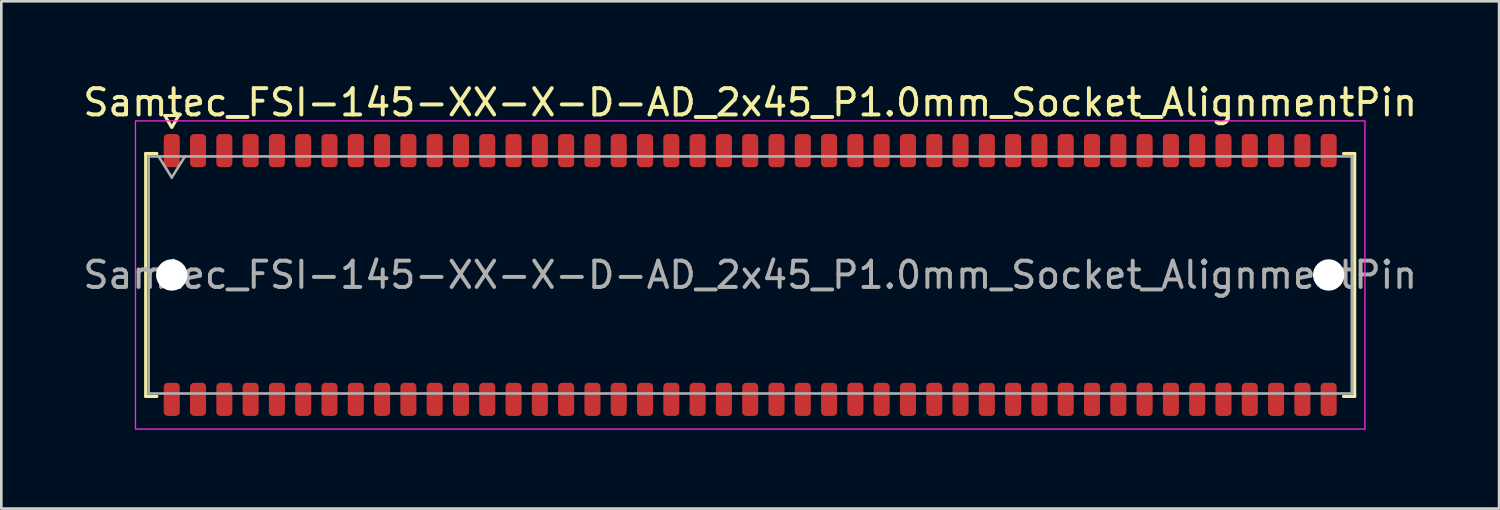
<source format=kicad_pcb>
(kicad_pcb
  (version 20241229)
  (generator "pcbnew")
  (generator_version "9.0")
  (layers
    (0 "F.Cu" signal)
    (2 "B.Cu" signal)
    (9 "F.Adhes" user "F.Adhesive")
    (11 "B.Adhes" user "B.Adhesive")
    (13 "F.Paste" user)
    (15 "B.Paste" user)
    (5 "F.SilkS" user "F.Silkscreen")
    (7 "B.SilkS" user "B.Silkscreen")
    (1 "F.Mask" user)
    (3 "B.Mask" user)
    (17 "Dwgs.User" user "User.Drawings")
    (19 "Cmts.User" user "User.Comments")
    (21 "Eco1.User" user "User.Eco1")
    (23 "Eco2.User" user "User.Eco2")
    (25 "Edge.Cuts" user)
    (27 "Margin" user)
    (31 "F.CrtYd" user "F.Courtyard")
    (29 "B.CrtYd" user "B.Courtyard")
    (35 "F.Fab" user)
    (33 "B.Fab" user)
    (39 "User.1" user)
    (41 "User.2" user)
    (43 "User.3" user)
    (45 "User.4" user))
  (footprint "Samtec_FSI-145-XX-X-D-AD_2x45_P1.0mm_Socket_AlignmentPin"
    (layer "F.Cu")
    (at 25.482 7.408)
    (property "Reference" "Samtec_FSI-145-XX-X-D-AD_2x45_P1.0mm_Socket_AlignmentPin" (at 0 -6.56 0) (layer "F.SilkS") (effects (font (size 1 1) (thickness 0.15))))
    (attr smd)
    (fp_line (start -22.99 -4.619) (end -22.565 -4.619) (stroke (width 0.12) (type solid)) (layer "F.SilkS"))
    (fp_line (start -22.99 4.619) (end -22.99 -4.619) (stroke (width 0.12) (type solid)) (layer "F.SilkS"))
    (fp_line (start -22.565 4.619) (end -22.99 4.619) (stroke (width 0.12) (type solid)) (layer "F.SilkS"))
    (fp_line (start -22.264 -6.066) (end -22.007 -5.62) (stroke (width 0.12) (type solid)) (layer "F.SilkS"))
    (fp_line (start -21.993 -5.62) (end -21.736 -6.066) (stroke (width 0.12) (type solid)) (layer "F.SilkS"))
    (fp_line (start -21.736 -6.066) (end -22.264 -6.066) (stroke (width 0.12) (type solid)) (layer "F.SilkS"))
    (fp_line (start 22.565 -4.619) (end 22.99 -4.619) (stroke (width 0.12) (type solid)) (layer "F.SilkS"))
    (fp_line (start 22.99 -4.619) (end 22.99 4.619) (stroke (width 0.12) (type solid)) (layer "F.SilkS"))
    (fp_line (start 22.99 4.619) (end 22.565 4.619) (stroke (width 0.12) (type solid)) (layer "F.SilkS"))
    (fp_rect (start -23.38 -5.86) (end 23.38 5.86) (stroke (width 0.05) (type solid)) (fill no) (layer "F.CrtYd"))
    (fp_line (start -22.88 -4.508) (end 22.88 -4.508) (stroke (width 0.1) (type solid)) (layer "F.Fab"))
    (fp_line (start -22.88 4.508) (end -22.88 -4.508) (stroke (width 0.1) (type solid)) (layer "F.Fab"))
    (fp_line (start -22.5 -4.508) (end -22 -3.708) (stroke (width 0.1) (type solid)) (layer "F.Fab"))
    (fp_line (start -22 -3.708) (end -21.5 -4.508) (stroke (width 0.1) (type solid)) (layer "F.Fab"))
    (fp_line (start 22.88 -4.508) (end 22.88 4.508) (stroke (width 0.1) (type solid)) (layer "F.Fab"))
    (fp_line (start 22.88 4.508) (end -22.88 4.508) (stroke (width 0.1) (type solid)) (layer "F.Fab"))
    (fp_text user "${REFERENCE}" (at 0 0 0) (layer "F.Fab") (effects (font (size 1 1) (thickness 0.15))))
    (pad "" np_thru_hole circle (at -22 0) (size 1.19 1.19) (drill 1.19) (layers "*.Cu" "*.Mask"))
    (pad "" np_thru_hole circle (at 22 0) (size 1.19 1.19) (drill 1.19) (layers "*.Cu" "*.Mask"))
    (pad "1" smd roundrect (at -22 -4.73) (size 0.61 1.26) (layers "F.Cu" "F.Mask" "F.Paste") (roundrect_rratio 0.25))
    (pad "2" smd roundrect (at -22 4.73) (size 0.61 1.26) (layers "F.Cu" "F.Mask" "F.Paste") (roundrect_rratio 0.25))
    (pad "3" smd roundrect (at -21 -4.73) (size 0.61 1.26) (layers "F.Cu" "F.Mask" "F.Paste") (roundrect_rratio 0.25))
    (pad "4" smd roundrect (at -21 4.73) (size 0.61 1.26) (layers "F.Cu" "F.Mask" "F.Paste") (roundrect_rratio 0.25))
    (pad "5" smd roundrect (at -20 -4.73) (size 0.61 1.26) (layers "F.Cu" "F.Mask" "F.Paste") (roundrect_rratio 0.25))
    (pad "6" smd roundrect (at -20 4.73) (size 0.61 1.26) (layers "F.Cu" "F.Mask" "F.Paste") (roundrect_rratio 0.25))
    (pad "7" smd roundrect (at -19 -4.73) (size 0.61 1.26) (layers "F.Cu" "F.Mask" "F.Paste") (roundrect_rratio 0.25))
    (pad "8" smd roundrect (at -19 4.73) (size 0.61 1.26) (layers "F.Cu" "F.Mask" "F.Paste") (roundrect_rratio 0.25))
    (pad "9" smd roundrect (at -18 -4.73) (size 0.61 1.26) (layers "F.Cu" "F.Mask" "F.Paste") (roundrect_rratio 0.25))
    (pad "10" smd roundrect (at -18 4.73) (size 0.61 1.26) (layers "F.Cu" "F.Mask" "F.Paste") (roundrect_rratio 0.25))
    (pad "11" smd roundrect (at -17 -4.73) (size 0.61 1.26) (layers "F.Cu" "F.Mask" "F.Paste") (roundrect_rratio 0.25))
    (pad "12" smd roundrect (at -17 4.73) (size 0.61 1.26) (layers "F.Cu" "F.Mask" "F.Paste") (roundrect_rratio 0.25))
    (pad "13" smd roundrect (at -16 -4.73) (size 0.61 1.26) (layers "F.Cu" "F.Mask" "F.Paste") (roundrect_rratio 0.25))
    (pad "14" smd roundrect (at -16 4.73) (size 0.61 1.26) (layers "F.Cu" "F.Mask" "F.Paste") (roundrect_rratio 0.25))
    (pad "15" smd roundrect (at -15 -4.73) (size 0.61 1.26) (layers "F.Cu" "F.Mask" "F.Paste") (roundrect_rratio 0.25))
    (pad "16" smd roundrect (at -15 4.73) (size 0.61 1.26) (layers "F.Cu" "F.Mask" "F.Paste") (roundrect_rratio 0.25))
    (pad "17" smd roundrect (at -14 -4.73) (size 0.61 1.26) (layers "F.Cu" "F.Mask" "F.Paste") (roundrect_rratio 0.25))
    (pad "18" smd roundrect (at -14 4.73) (size 0.61 1.26) (layers "F.Cu" "F.Mask" "F.Paste") (roundrect_rratio 0.25))
    (pad "19" smd roundrect (at -13 -4.73) (size 0.61 1.26) (layers "F.Cu" "F.Mask" "F.Paste") (roundrect_rratio 0.25))
    (pad "20" smd roundrect (at -13 4.73) (size 0.61 1.26) (layers "F.Cu" "F.Mask" "F.Paste") (roundrect_rratio 0.25))
    (pad "21" smd roundrect (at -12 -4.73) (size 0.61 1.26) (layers "F.Cu" "F.Mask" "F.Paste") (roundrect_rratio 0.25))
    (pad "22" smd roundrect (at -12 4.73) (size 0.61 1.26) (layers "F.Cu" "F.Mask" "F.Paste") (roundrect_rratio 0.25))
    (pad "23" smd roundrect (at -11 -4.73) (size 0.61 1.26) (layers "F.Cu" "F.Mask" "F.Paste") (roundrect_rratio 0.25))
    (pad "24" smd roundrect (at -11 4.73) (size 0.61 1.26) (layers "F.Cu" "F.Mask" "F.Paste") (roundrect_rratio 0.25))
    (pad "25" smd roundrect (at -10 -4.73) (size 0.61 1.26) (layers "F.Cu" "F.Mask" "F.Paste") (roundrect_rratio 0.25))
    (pad "26" smd roundrect (at -10 4.73) (size 0.61 1.26) (layers "F.Cu" "F.Mask" "F.Paste") (roundrect_rratio 0.25))
    (pad "27" smd roundrect (at -9 -4.73) (size 0.61 1.26) (layers "F.Cu" "F.Mask" "F.Paste") (roundrect_rratio 0.25))
    (pad "28" smd roundrect (at -9 4.73) (size 0.61 1.26) (layers "F.Cu" "F.Mask" "F.Paste") (roundrect_rratio 0.25))
    (pad "29" smd roundrect (at -8 -4.73) (size 0.61 1.26) (layers "F.Cu" "F.Mask" "F.Paste") (roundrect_rratio 0.25))
    (pad "30" smd roundrect (at -8 4.73) (size 0.61 1.26) (layers "F.Cu" "F.Mask" "F.Paste") (roundrect_rratio 0.25))
    (pad "31" smd roundrect (at -7 -4.73) (size 0.61 1.26) (layers "F.Cu" "F.Mask" "F.Paste") (roundrect_rratio 0.25))
    (pad "32" smd roundrect (at -7 4.73) (size 0.61 1.26) (layers "F.Cu" "F.Mask" "F.Paste") (roundrect_rratio 0.25))
    (pad "33" smd roundrect (at -6 -4.73) (size 0.61 1.26) (layers "F.Cu" "F.Mask" "F.Paste") (roundrect_rratio 0.25))
    (pad "34" smd roundrect (at -6 4.73) (size 0.61 1.26) (layers "F.Cu" "F.Mask" "F.Paste") (roundrect_rratio 0.25))
    (pad "35" smd roundrect (at -5 -4.73) (size 0.61 1.26) (layers "F.Cu" "F.Mask" "F.Paste") (roundrect_rratio 0.25))
    (pad "36" smd roundrect (at -5 4.73) (size 0.61 1.26) (layers "F.Cu" "F.Mask" "F.Paste") (roundrect_rratio 0.25))
    (pad "37" smd roundrect (at -4 -4.73) (size 0.61 1.26) (layers "F.Cu" "F.Mask" "F.Paste") (roundrect_rratio 0.25))
    (pad "38" smd roundrect (at -4 4.73) (size 0.61 1.26) (layers "F.Cu" "F.Mask" "F.Paste") (roundrect_rratio 0.25))
    (pad "39" smd roundrect (at -3 -4.73) (size 0.61 1.26) (layers "F.Cu" "F.Mask" "F.Paste") (roundrect_rratio 0.25))
    (pad "40" smd roundrect (at -3 4.73) (size 0.61 1.26) (layers "F.Cu" "F.Mask" "F.Paste") (roundrect_rratio 0.25))
    (pad "41" smd roundrect (at -2 -4.73) (size 0.61 1.26) (layers "F.Cu" "F.Mask" "F.Paste") (roundrect_rratio 0.25))
    (pad "42" smd roundrect (at -2 4.73) (size 0.61 1.26) (layers "F.Cu" "F.Mask" "F.Paste") (roundrect_rratio 0.25))
    (pad "43" smd roundrect (at -1 -4.73) (size 0.61 1.26) (layers "F.Cu" "F.Mask" "F.Paste") (roundrect_rratio 0.25))
    (pad "44" smd roundrect (at -1 4.73) (size 0.61 1.26) (layers "F.Cu" "F.Mask" "F.Paste") (roundrect_rratio 0.25))
    (pad "45" smd roundrect (at 0 -4.73) (size 0.61 1.26) (layers "F.Cu" "F.Mask" "F.Paste") (roundrect_rratio 0.25))
    (pad "46" smd roundrect (at 0 4.73) (size 0.61 1.26) (layers "F.Cu" "F.Mask" "F.Paste") (roundrect_rratio 0.25))
    (pad "47" smd roundrect (at 1 -4.73) (size 0.61 1.26) (layers "F.Cu" "F.Mask" "F.Paste") (roundrect_rratio 0.25))
    (pad "48" smd roundrect (at 1 4.73) (size 0.61 1.26) (layers "F.Cu" "F.Mask" "F.Paste") (roundrect_rratio 0.25))
    (pad "49" smd roundrect (at 2 -4.73) (size 0.61 1.26) (layers "F.Cu" "F.Mask" "F.Paste") (roundrect_rratio 0.25))
    (pad "50" smd roundrect (at 2 4.73) (size 0.61 1.26) (layers "F.Cu" "F.Mask" "F.Paste") (roundrect_rratio 0.25))
    (pad "51" smd roundrect (at 3 -4.73) (size 0.61 1.26) (layers "F.Cu" "F.Mask" "F.Paste") (roundrect_rratio 0.25))
    (pad "52" smd roundrect (at 3 4.73) (size 0.61 1.26) (layers "F.Cu" "F.Mask" "F.Paste") (roundrect_rratio 0.25))
    (pad "53" smd roundrect (at 4 -4.73) (size 0.61 1.26) (layers "F.Cu" "F.Mask" "F.Paste") (roundrect_rratio 0.25))
    (pad "54" smd roundrect (at 4 4.73) (size 0.61 1.26) (layers "F.Cu" "F.Mask" "F.Paste") (roundrect_rratio 0.25))
    (pad "55" smd roundrect (at 5 -4.73) (size 0.61 1.26) (layers "F.Cu" "F.Mask" "F.Paste") (roundrect_rratio 0.25))
    (pad "56" smd roundrect (at 5 4.73) (size 0.61 1.26) (layers "F.Cu" "F.Mask" "F.Paste") (roundrect_rratio 0.25))
    (pad "57" smd roundrect (at 6 -4.73) (size 0.61 1.26) (layers "F.Cu" "F.Mask" "F.Paste") (roundrect_rratio 0.25))
    (pad "58" smd roundrect (at 6 4.73) (size 0.61 1.26) (layers "F.Cu" "F.Mask" "F.Paste") (roundrect_rratio 0.25))
    (pad "59" smd roundrect (at 7 -4.73) (size 0.61 1.26) (layers "F.Cu" "F.Mask" "F.Paste") (roundrect_rratio 0.25))
    (pad "60" smd roundrect (at 7 4.73) (size 0.61 1.26) (layers "F.Cu" "F.Mask" "F.Paste") (roundrect_rratio 0.25))
    (pad "61" smd roundrect (at 8 -4.73) (size 0.61 1.26) (layers "F.Cu" "F.Mask" "F.Paste") (roundrect_rratio 0.25))
    (pad "62" smd roundrect (at 8 4.73) (size 0.61 1.26) (layers "F.Cu" "F.Mask" "F.Paste") (roundrect_rratio 0.25))
    (pad "63" smd roundrect (at 9 -4.73) (size 0.61 1.26) (layers "F.Cu" "F.Mask" "F.Paste") (roundrect_rratio 0.25))
    (pad "64" smd roundrect (at 9 4.73) (size 0.61 1.26) (layers "F.Cu" "F.Mask" "F.Paste") (roundrect_rratio 0.25))
    (pad "65" smd roundrect (at 10 -4.73) (size 0.61 1.26) (layers "F.Cu" "F.Mask" "F.Paste") (roundrect_rratio 0.25))
    (pad "66" smd roundrect (at 10 4.73) (size 0.61 1.26) (layers "F.Cu" "F.Mask" "F.Paste") (roundrect_rratio 0.25))
    (pad "67" smd roundrect (at 11 -4.73) (size 0.61 1.26) (layers "F.Cu" "F.Mask" "F.Paste") (roundrect_rratio 0.25))
    (pad "68" smd roundrect (at 11 4.73) (size 0.61 1.26) (layers "F.Cu" "F.Mask" "F.Paste") (roundrect_rratio 0.25))
    (pad "69" smd roundrect (at 12 -4.73) (size 0.61 1.26) (layers "F.Cu" "F.Mask" "F.Paste") (roundrect_rratio 0.25))
    (pad "70" smd roundrect (at 12 4.73) (size 0.61 1.26) (layers "F.Cu" "F.Mask" "F.Paste") (roundrect_rratio 0.25))
    (pad "71" smd roundrect (at 13 -4.73) (size 0.61 1.26) (layers "F.Cu" "F.Mask" "F.Paste") (roundrect_rratio 0.25))
    (pad "72" smd roundrect (at 13 4.73) (size 0.61 1.26) (layers "F.Cu" "F.Mask" "F.Paste") (roundrect_rratio 0.25))
    (pad "73" smd roundrect (at 14 -4.73) (size 0.61 1.26) (layers "F.Cu" "F.Mask" "F.Paste") (roundrect_rratio 0.25))
    (pad "74" smd roundrect (at 14 4.73) (size 0.61 1.26) (layers "F.Cu" "F.Mask" "F.Paste") (roundrect_rratio 0.25))
    (pad "75" smd roundrect (at 15 -4.73) (size 0.61 1.26) (layers "F.Cu" "F.Mask" "F.Paste") (roundrect_rratio 0.25))
    (pad "76" smd roundrect (at 15 4.73) (size 0.61 1.26) (layers "F.Cu" "F.Mask" "F.Paste") (roundrect_rratio 0.25))
    (pad "77" smd roundrect (at 16 -4.73) (size 0.61 1.26) (layers "F.Cu" "F.Mask" "F.Paste") (roundrect_rratio 0.25))
    (pad "78" smd roundrect (at 16 4.73) (size 0.61 1.26) (layers "F.Cu" "F.Mask" "F.Paste") (roundrect_rratio 0.25))
    (pad "79" smd roundrect (at 17 -4.73) (size 0.61 1.26) (layers "F.Cu" "F.Mask" "F.Paste") (roundrect_rratio 0.25))
    (pad "80" smd roundrect (at 17 4.73) (size 0.61 1.26) (layers "F.Cu" "F.Mask" "F.Paste") (roundrect_rratio 0.25))
    (pad "81" smd roundrect (at 18 -4.73) (size 0.61 1.26) (layers "F.Cu" "F.Mask" "F.Paste") (roundrect_rratio 0.25))
    (pad "82" smd roundrect (at 18 4.73) (size 0.61 1.26) (layers "F.Cu" "F.Mask" "F.Paste") (roundrect_rratio 0.25))
    (pad "83" smd roundrect (at 19 -4.73) (size 0.61 1.26) (layers "F.Cu" "F.Mask" "F.Paste") (roundrect_rratio 0.25))
    (pad "84" smd roundrect (at 19 4.73) (size 0.61 1.26) (layers "F.Cu" "F.Mask" "F.Paste") (roundrect_rratio 0.25))
    (pad "85" smd roundrect (at 20 -4.73) (size 0.61 1.26) (layers "F.Cu" "F.Mask" "F.Paste") (roundrect_rratio 0.25))
    (pad "86" smd roundrect (at 20 4.73) (size 0.61 1.26) (layers "F.Cu" "F.Mask" "F.Paste") (roundrect_rratio 0.25))
    (pad "87" smd roundrect (at 21 -4.73) (size 0.61 1.26) (layers "F.Cu" "F.Mask" "F.Paste") (roundrect_rratio 0.25))
    (pad "88" smd roundrect (at 21 4.73) (size 0.61 1.26) (layers "F.Cu" "F.Mask" "F.Paste") (roundrect_rratio 0.25))
    (pad "89" smd roundrect (at 22 -4.73) (size 0.61 1.26) (layers "F.Cu" "F.Mask" "F.Paste") (roundrect_rratio 0.25))
    (pad "90" smd roundrect (at 22 4.73) (size 0.61 1.26) (layers "F.Cu" "F.Mask" "F.Paste") (roundrect_rratio 0.25)))
  (gr_rect
    (start -3 -3)
    (end 53.964 16.293)
    (stroke (width 0.1) (type default))
    (fill no)
    (layer "Edge.Cuts")))
</source>
